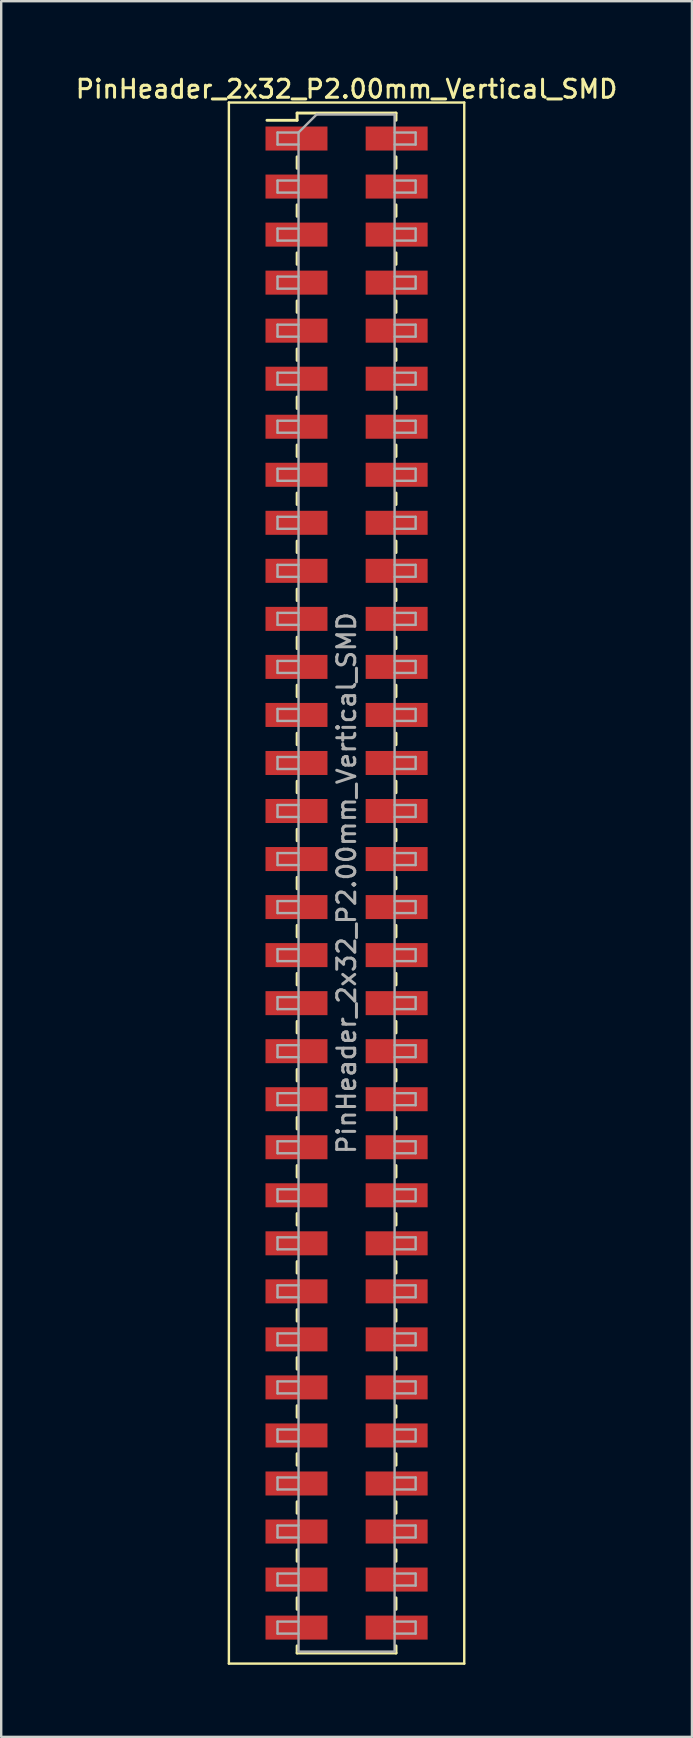
<source format=kicad_pcb>
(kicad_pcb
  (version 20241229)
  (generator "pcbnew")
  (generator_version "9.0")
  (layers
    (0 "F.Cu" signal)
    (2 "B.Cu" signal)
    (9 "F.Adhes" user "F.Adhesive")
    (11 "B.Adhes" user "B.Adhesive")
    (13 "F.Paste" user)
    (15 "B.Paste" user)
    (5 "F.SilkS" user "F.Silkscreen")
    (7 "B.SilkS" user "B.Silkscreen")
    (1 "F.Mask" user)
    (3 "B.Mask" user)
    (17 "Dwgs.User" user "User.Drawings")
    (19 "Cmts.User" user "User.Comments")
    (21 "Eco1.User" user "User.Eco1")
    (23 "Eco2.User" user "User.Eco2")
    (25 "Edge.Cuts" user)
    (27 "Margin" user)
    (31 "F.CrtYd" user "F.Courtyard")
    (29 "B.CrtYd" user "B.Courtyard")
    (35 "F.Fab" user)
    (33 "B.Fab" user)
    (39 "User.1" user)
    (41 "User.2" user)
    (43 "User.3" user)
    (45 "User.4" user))
  (footprint "PinHeader_2x32_P2.00mm_Vertical_SMD"
    (layer "F.Cu")
    (at 11.38 33.718)
    (property "Reference" "PinHeader_2x32_P2.00mm_Vertical_SMD" (at 0 -33.06 0) (layer "F.SilkS") (effects (font (size 0.75 0.75) (thickness 0.125))))
    (attr smd)
    (fp_line (start -4.9 -32.5) (end -4.9 32.5) (stroke (width 0.1) (type solid)) (layer "F.SilkS"))
    (fp_line (start -4.9 32.5) (end 4.9 32.5) (stroke (width 0.1) (type solid)) (layer "F.SilkS"))
    (fp_line (start -3.315 -31.76) (end -2.06 -31.76) (stroke (width 0.12) (type solid)) (layer "F.SilkS"))
    (fp_line (start -2.06 -32.06) (end -2.06 -31.76) (stroke (width 0.12) (type solid)) (layer "F.SilkS"))
    (fp_line (start -2.06 -32.06) (end 2.06 -32.06) (stroke (width 0.12) (type solid)) (layer "F.SilkS"))
    (fp_line (start -2.06 -30.24) (end -2.06 -29.76) (stroke (width 0.12) (type solid)) (layer "F.SilkS"))
    (fp_line (start -2.06 -28.24) (end -2.06 -27.76) (stroke (width 0.12) (type solid)) (layer "F.SilkS"))
    (fp_line (start -2.06 -26.24) (end -2.06 -25.76) (stroke (width 0.12) (type solid)) (layer "F.SilkS"))
    (fp_line (start -2.06 -24.24) (end -2.06 -23.76) (stroke (width 0.12) (type solid)) (layer "F.SilkS"))
    (fp_line (start -2.06 -22.24) (end -2.06 -21.76) (stroke (width 0.12) (type solid)) (layer "F.SilkS"))
    (fp_line (start -2.06 -20.24) (end -2.06 -19.76) (stroke (width 0.12) (type solid)) (layer "F.SilkS"))
    (fp_line (start -2.06 -18.24) (end -2.06 -17.76) (stroke (width 0.12) (type solid)) (layer "F.SilkS"))
    (fp_line (start -2.06 -16.24) (end -2.06 -15.76) (stroke (width 0.12) (type solid)) (layer "F.SilkS"))
    (fp_line (start -2.06 -14.24) (end -2.06 -13.76) (stroke (width 0.12) (type solid)) (layer "F.SilkS"))
    (fp_line (start -2.06 -12.24) (end -2.06 -11.76) (stroke (width 0.12) (type solid)) (layer "F.SilkS"))
    (fp_line (start -2.06 -10.24) (end -2.06 -9.76) (stroke (width 0.12) (type solid)) (layer "F.SilkS"))
    (fp_line (start -2.06 -8.24) (end -2.06 -7.76) (stroke (width 0.12) (type solid)) (layer "F.SilkS"))
    (fp_line (start -2.06 -6.24) (end -2.06 -5.76) (stroke (width 0.12) (type solid)) (layer "F.SilkS"))
    (fp_line (start -2.06 -4.24) (end -2.06 -3.76) (stroke (width 0.12) (type solid)) (layer "F.SilkS"))
    (fp_line (start -2.06 -2.24) (end -2.06 -1.76) (stroke (width 0.12) (type solid)) (layer "F.SilkS"))
    (fp_line (start -2.06 -0.24) (end -2.06 0.24) (stroke (width 0.12) (type solid)) (layer "F.SilkS"))
    (fp_line (start -2.06 1.76) (end -2.06 2.24) (stroke (width 0.12) (type solid)) (layer "F.SilkS"))
    (fp_line (start -2.06 3.76) (end -2.06 4.24) (stroke (width 0.12) (type solid)) (layer "F.SilkS"))
    (fp_line (start -2.06 5.76) (end -2.06 6.24) (stroke (width 0.12) (type solid)) (layer "F.SilkS"))
    (fp_line (start -2.06 7.76) (end -2.06 8.24) (stroke (width 0.12) (type solid)) (layer "F.SilkS"))
    (fp_line (start -2.06 9.76) (end -2.06 10.24) (stroke (width 0.12) (type solid)) (layer "F.SilkS"))
    (fp_line (start -2.06 11.76) (end -2.06 12.24) (stroke (width 0.12) (type solid)) (layer "F.SilkS"))
    (fp_line (start -2.06 13.76) (end -2.06 14.24) (stroke (width 0.12) (type solid)) (layer "F.SilkS"))
    (fp_line (start -2.06 15.76) (end -2.06 16.24) (stroke (width 0.12) (type solid)) (layer "F.SilkS"))
    (fp_line (start -2.06 17.76) (end -2.06 18.24) (stroke (width 0.12) (type solid)) (layer "F.SilkS"))
    (fp_line (start -2.06 19.76) (end -2.06 20.24) (stroke (width 0.12) (type solid)) (layer "F.SilkS"))
    (fp_line (start -2.06 21.76) (end -2.06 22.24) (stroke (width 0.12) (type solid)) (layer "F.SilkS"))
    (fp_line (start -2.06 23.76) (end -2.06 24.24) (stroke (width 0.12) (type solid)) (layer "F.SilkS"))
    (fp_line (start -2.06 25.76) (end -2.06 26.24) (stroke (width 0.12) (type solid)) (layer "F.SilkS"))
    (fp_line (start -2.06 27.76) (end -2.06 28.24) (stroke (width 0.12) (type solid)) (layer "F.SilkS"))
    (fp_line (start -2.06 29.76) (end -2.06 30.24) (stroke (width 0.12) (type solid)) (layer "F.SilkS"))
    (fp_line (start -2.06 31.76) (end -2.06 32.06) (stroke (width 0.12) (type solid)) (layer "F.SilkS"))
    (fp_line (start -2.06 32.06) (end 2.06 32.06) (stroke (width 0.12) (type solid)) (layer "F.SilkS"))
    (fp_line (start 2.06 -32.06) (end 2.06 -31.76) (stroke (width 0.12) (type solid)) (layer "F.SilkS"))
    (fp_line (start 2.06 -30.24) (end 2.06 -29.76) (stroke (width 0.12) (type solid)) (layer "F.SilkS"))
    (fp_line (start 2.06 -28.24) (end 2.06 -27.76) (stroke (width 0.12) (type solid)) (layer "F.SilkS"))
    (fp_line (start 2.06 -26.24) (end 2.06 -25.76) (stroke (width 0.12) (type solid)) (layer "F.SilkS"))
    (fp_line (start 2.06 -24.24) (end 2.06 -23.76) (stroke (width 0.12) (type solid)) (layer "F.SilkS"))
    (fp_line (start 2.06 -22.24) (end 2.06 -21.76) (stroke (width 0.12) (type solid)) (layer "F.SilkS"))
    (fp_line (start 2.06 -20.24) (end 2.06 -19.76) (stroke (width 0.12) (type solid)) (layer "F.SilkS"))
    (fp_line (start 2.06 -18.24) (end 2.06 -17.76) (stroke (width 0.12) (type solid)) (layer "F.SilkS"))
    (fp_line (start 2.06 -16.24) (end 2.06 -15.76) (stroke (width 0.12) (type solid)) (layer "F.SilkS"))
    (fp_line (start 2.06 -14.24) (end 2.06 -13.76) (stroke (width 0.12) (type solid)) (layer "F.SilkS"))
    (fp_line (start 2.06 -12.24) (end 2.06 -11.76) (stroke (width 0.12) (type solid)) (layer "F.SilkS"))
    (fp_line (start 2.06 -10.24) (end 2.06 -9.76) (stroke (width 0.12) (type solid)) (layer "F.SilkS"))
    (fp_line (start 2.06 -8.24) (end 2.06 -7.76) (stroke (width 0.12) (type solid)) (layer "F.SilkS"))
    (fp_line (start 2.06 -6.24) (end 2.06 -5.76) (stroke (width 0.12) (type solid)) (layer "F.SilkS"))
    (fp_line (start 2.06 -4.24) (end 2.06 -3.76) (stroke (width 0.12) (type solid)) (layer "F.SilkS"))
    (fp_line (start 2.06 -2.24) (end 2.06 -1.76) (stroke (width 0.12) (type solid)) (layer "F.SilkS"))
    (fp_line (start 2.06 -0.24) (end 2.06 0.24) (stroke (width 0.12) (type solid)) (layer "F.SilkS"))
    (fp_line (start 2.06 1.76) (end 2.06 2.24) (stroke (width 0.12) (type solid)) (layer "F.SilkS"))
    (fp_line (start 2.06 3.76) (end 2.06 4.24) (stroke (width 0.12) (type solid)) (layer "F.SilkS"))
    (fp_line (start 2.06 5.76) (end 2.06 6.24) (stroke (width 0.12) (type solid)) (layer "F.SilkS"))
    (fp_line (start 2.06 7.76) (end 2.06 8.24) (stroke (width 0.12) (type solid)) (layer "F.SilkS"))
    (fp_line (start 2.06 9.76) (end 2.06 10.24) (stroke (width 0.12) (type solid)) (layer "F.SilkS"))
    (fp_line (start 2.06 11.76) (end 2.06 12.24) (stroke (width 0.12) (type solid)) (layer "F.SilkS"))
    (fp_line (start 2.06 13.76) (end 2.06 14.24) (stroke (width 0.12) (type solid)) (layer "F.SilkS"))
    (fp_line (start 2.06 15.76) (end 2.06 16.24) (stroke (width 0.12) (type solid)) (layer "F.SilkS"))
    (fp_line (start 2.06 17.76) (end 2.06 18.24) (stroke (width 0.12) (type solid)) (layer "F.SilkS"))
    (fp_line (start 2.06 19.76) (end 2.06 20.24) (stroke (width 0.12) (type solid)) (layer "F.SilkS"))
    (fp_line (start 2.06 21.76) (end 2.06 22.24) (stroke (width 0.12) (type solid)) (layer "F.SilkS"))
    (fp_line (start 2.06 23.76) (end 2.06 24.24) (stroke (width 0.12) (type solid)) (layer "F.SilkS"))
    (fp_line (start 2.06 25.76) (end 2.06 26.24) (stroke (width 0.12) (type solid)) (layer "F.SilkS"))
    (fp_line (start 2.06 27.76) (end 2.06 28.24) (stroke (width 0.12) (type solid)) (layer "F.SilkS"))
    (fp_line (start 2.06 29.76) (end 2.06 30.24) (stroke (width 0.12) (type solid)) (layer "F.SilkS"))
    (fp_line (start 2.06 31.76) (end 2.06 32.06) (stroke (width 0.12) (type solid)) (layer "F.SilkS"))
    (fp_line (start 4.9 -32.5) (end -4.9 -32.5) (stroke (width 0.1) (type solid)) (layer "F.SilkS"))
    (fp_line (start 4.9 32.5) (end 4.9 -32.5) (stroke (width 0.1) (type solid)) (layer "F.SilkS"))
    (fp_line (start -2.875 -31.25) (end -2.875 -30.75) (stroke (width 0.1) (type solid)) (layer "F.Fab"))
    (fp_line (start -2.875 -30.75) (end -2 -30.75) (stroke (width 0.1) (type solid)) (layer "F.Fab"))
    (fp_line (start -2.875 -29.25) (end -2.875 -28.75) (stroke (width 0.1) (type solid)) (layer "F.Fab"))
    (fp_line (start -2.875 -28.75) (end -2 -28.75) (stroke (width 0.1) (type solid)) (layer "F.Fab"))
    (fp_line (start -2.875 -27.25) (end -2.875 -26.75) (stroke (width 0.1) (type solid)) (layer "F.Fab"))
    (fp_line (start -2.875 -26.75) (end -2 -26.75) (stroke (width 0.1) (type solid)) (layer "F.Fab"))
    (fp_line (start -2.875 -25.25) (end -2.875 -24.75) (stroke (width 0.1) (type solid)) (layer "F.Fab"))
    (fp_line (start -2.875 -24.75) (end -2 -24.75) (stroke (width 0.1) (type solid)) (layer "F.Fab"))
    (fp_line (start -2.875 -23.25) (end -2.875 -22.75) (stroke (width 0.1) (type solid)) (layer "F.Fab"))
    (fp_line (start -2.875 -22.75) (end -2 -22.75) (stroke (width 0.1) (type solid)) (layer "F.Fab"))
    (fp_line (start -2.875 -21.25) (end -2.875 -20.75) (stroke (width 0.1) (type solid)) (layer "F.Fab"))
    (fp_line (start -2.875 -20.75) (end -2 -20.75) (stroke (width 0.1) (type solid)) (layer "F.Fab"))
    (fp_line (start -2.875 -19.25) (end -2.875 -18.75) (stroke (width 0.1) (type solid)) (layer "F.Fab"))
    (fp_line (start -2.875 -18.75) (end -2 -18.75) (stroke (width 0.1) (type solid)) (layer "F.Fab"))
    (fp_line (start -2.875 -17.25) (end -2.875 -16.75) (stroke (width 0.1) (type solid)) (layer "F.Fab"))
    (fp_line (start -2.875 -16.75) (end -2 -16.75) (stroke (width 0.1) (type solid)) (layer "F.Fab"))
    (fp_line (start -2.875 -15.25) (end -2.875 -14.75) (stroke (width 0.1) (type solid)) (layer "F.Fab"))
    (fp_line (start -2.875 -14.75) (end -2 -14.75) (stroke (width 0.1) (type solid)) (layer "F.Fab"))
    (fp_line (start -2.875 -13.25) (end -2.875 -12.75) (stroke (width 0.1) (type solid)) (layer "F.Fab"))
    (fp_line (start -2.875 -12.75) (end -2 -12.75) (stroke (width 0.1) (type solid)) (layer "F.Fab"))
    (fp_line (start -2.875 -11.25) (end -2.875 -10.75) (stroke (width 0.1) (type solid)) (layer "F.Fab"))
    (fp_line (start -2.875 -10.75) (end -2 -10.75) (stroke (width 0.1) (type solid)) (layer "F.Fab"))
    (fp_line (start -2.875 -9.25) (end -2.875 -8.75) (stroke (width 0.1) (type solid)) (layer "F.Fab"))
    (fp_line (start -2.875 -8.75) (end -2 -8.75) (stroke (width 0.1) (type solid)) (layer "F.Fab"))
    (fp_line (start -2.875 -7.25) (end -2.875 -6.75) (stroke (width 0.1) (type solid)) (layer "F.Fab"))
    (fp_line (start -2.875 -6.75) (end -2 -6.75) (stroke (width 0.1) (type solid)) (layer "F.Fab"))
    (fp_line (start -2.875 -5.25) (end -2.875 -4.75) (stroke (width 0.1) (type solid)) (layer "F.Fab"))
    (fp_line (start -2.875 -4.75) (end -2 -4.75) (stroke (width 0.1) (type solid)) (layer "F.Fab"))
    (fp_line (start -2.875 -3.25) (end -2.875 -2.75) (stroke (width 0.1) (type solid)) (layer "F.Fab"))
    (fp_line (start -2.875 -2.75) (end -2 -2.75) (stroke (width 0.1) (type solid)) (layer "F.Fab"))
    (fp_line (start -2.875 -1.25) (end -2.875 -0.75) (stroke (width 0.1) (type solid)) (layer "F.Fab"))
    (fp_line (start -2.875 -0.75) (end -2 -0.75) (stroke (width 0.1) (type solid)) (layer "F.Fab"))
    (fp_line (start -2.875 0.75) (end -2.875 1.25) (stroke (width 0.1) (type solid)) (layer "F.Fab"))
    (fp_line (start -2.875 1.25) (end -2 1.25) (stroke (width 0.1) (type solid)) (layer "F.Fab"))
    (fp_line (start -2.875 2.75) (end -2.875 3.25) (stroke (width 0.1) (type solid)) (layer "F.Fab"))
    (fp_line (start -2.875 3.25) (end -2 3.25) (stroke (width 0.1) (type solid)) (layer "F.Fab"))
    (fp_line (start -2.875 4.75) (end -2.875 5.25) (stroke (width 0.1) (type solid)) (layer "F.Fab"))
    (fp_line (start -2.875 5.25) (end -2 5.25) (stroke (width 0.1) (type solid)) (layer "F.Fab"))
    (fp_line (start -2.875 6.75) (end -2.875 7.25) (stroke (width 0.1) (type solid)) (layer "F.Fab"))
    (fp_line (start -2.875 7.25) (end -2 7.25) (stroke (width 0.1) (type solid)) (layer "F.Fab"))
    (fp_line (start -2.875 8.75) (end -2.875 9.25) (stroke (width 0.1) (type solid)) (layer "F.Fab"))
    (fp_line (start -2.875 9.25) (end -2 9.25) (stroke (width 0.1) (type solid)) (layer "F.Fab"))
    (fp_line (start -2.875 10.75) (end -2.875 11.25) (stroke (width 0.1) (type solid)) (layer "F.Fab"))
    (fp_line (start -2.875 11.25) (end -2 11.25) (stroke (width 0.1) (type solid)) (layer "F.Fab"))
    (fp_line (start -2.875 12.75) (end -2.875 13.25) (stroke (width 0.1) (type solid)) (layer "F.Fab"))
    (fp_line (start -2.875 13.25) (end -2 13.25) (stroke (width 0.1) (type solid)) (layer "F.Fab"))
    (fp_line (start -2.875 14.75) (end -2.875 15.25) (stroke (width 0.1) (type solid)) (layer "F.Fab"))
    (fp_line (start -2.875 15.25) (end -2 15.25) (stroke (width 0.1) (type solid)) (layer "F.Fab"))
    (fp_line (start -2.875 16.75) (end -2.875 17.25) (stroke (width 0.1) (type solid)) (layer "F.Fab"))
    (fp_line (start -2.875 17.25) (end -2 17.25) (stroke (width 0.1) (type solid)) (layer "F.Fab"))
    (fp_line (start -2.875 18.75) (end -2.875 19.25) (stroke (width 0.1) (type solid)) (layer "F.Fab"))
    (fp_line (start -2.875 19.25) (end -2 19.25) (stroke (width 0.1) (type solid)) (layer "F.Fab"))
    (fp_line (start -2.875 20.75) (end -2.875 21.25) (stroke (width 0.1) (type solid)) (layer "F.Fab"))
    (fp_line (start -2.875 21.25) (end -2 21.25) (stroke (width 0.1) (type solid)) (layer "F.Fab"))
    (fp_line (start -2.875 22.75) (end -2.875 23.25) (stroke (width 0.1) (type solid)) (layer "F.Fab"))
    (fp_line (start -2.875 23.25) (end -2 23.25) (stroke (width 0.1) (type solid)) (layer "F.Fab"))
    (fp_line (start -2.875 24.75) (end -2.875 25.25) (stroke (width 0.1) (type solid)) (layer "F.Fab"))
    (fp_line (start -2.875 25.25) (end -2 25.25) (stroke (width 0.1) (type solid)) (layer "F.Fab"))
    (fp_line (start -2.875 26.75) (end -2.875 27.25) (stroke (width 0.1) (type solid)) (layer "F.Fab"))
    (fp_line (start -2.875 27.25) (end -2 27.25) (stroke (width 0.1) (type solid)) (layer "F.Fab"))
    (fp_line (start -2.875 28.75) (end -2.875 29.25) (stroke (width 0.1) (type solid)) (layer "F.Fab"))
    (fp_line (start -2.875 29.25) (end -2 29.25) (stroke (width 0.1) (type solid)) (layer "F.Fab"))
    (fp_line (start -2.875 30.75) (end -2.875 31.25) (stroke (width 0.1) (type solid)) (layer "F.Fab"))
    (fp_line (start -2.875 31.25) (end -2 31.25) (stroke (width 0.1) (type solid)) (layer "F.Fab"))
    (fp_line (start -2 -31.25) (end -2.875 -31.25) (stroke (width 0.1) (type solid)) (layer "F.Fab"))
    (fp_line (start -2 -31.25) (end -1.25 -32) (stroke (width 0.1) (type solid)) (layer "F.Fab"))
    (fp_line (start -2 -29.25) (end -2.875 -29.25) (stroke (width 0.1) (type solid)) (layer "F.Fab"))
    (fp_line (start -2 -27.25) (end -2.875 -27.25) (stroke (width 0.1) (type solid)) (layer "F.Fab"))
    (fp_line (start -2 -25.25) (end -2.875 -25.25) (stroke (width 0.1) (type solid)) (layer "F.Fab"))
    (fp_line (start -2 -23.25) (end -2.875 -23.25) (stroke (width 0.1) (type solid)) (layer "F.Fab"))
    (fp_line (start -2 -21.25) (end -2.875 -21.25) (stroke (width 0.1) (type solid)) (layer "F.Fab"))
    (fp_line (start -2 -19.25) (end -2.875 -19.25) (stroke (width 0.1) (type solid)) (layer "F.Fab"))
    (fp_line (start -2 -17.25) (end -2.875 -17.25) (stroke (width 0.1) (type solid)) (layer "F.Fab"))
    (fp_line (start -2 -15.25) (end -2.875 -15.25) (stroke (width 0.1) (type solid)) (layer "F.Fab"))
    (fp_line (start -2 -13.25) (end -2.875 -13.25) (stroke (width 0.1) (type solid)) (layer "F.Fab"))
    (fp_line (start -2 -11.25) (end -2.875 -11.25) (stroke (width 0.1) (type solid)) (layer "F.Fab"))
    (fp_line (start -2 -9.25) (end -2.875 -9.25) (stroke (width 0.1) (type solid)) (layer "F.Fab"))
    (fp_line (start -2 -7.25) (end -2.875 -7.25) (stroke (width 0.1) (type solid)) (layer "F.Fab"))
    (fp_line (start -2 -5.25) (end -2.875 -5.25) (stroke (width 0.1) (type solid)) (layer "F.Fab"))
    (fp_line (start -2 -3.25) (end -2.875 -3.25) (stroke (width 0.1) (type solid)) (layer "F.Fab"))
    (fp_line (start -2 -1.25) (end -2.875 -1.25) (stroke (width 0.1) (type solid)) (layer "F.Fab"))
    (fp_line (start -2 0.75) (end -2.875 0.75) (stroke (width 0.1) (type solid)) (layer "F.Fab"))
    (fp_line (start -2 2.75) (end -2.875 2.75) (stroke (width 0.1) (type solid)) (layer "F.Fab"))
    (fp_line (start -2 4.75) (end -2.875 4.75) (stroke (width 0.1) (type solid)) (layer "F.Fab"))
    (fp_line (start -2 6.75) (end -2.875 6.75) (stroke (width 0.1) (type solid)) (layer "F.Fab"))
    (fp_line (start -2 8.75) (end -2.875 8.75) (stroke (width 0.1) (type solid)) (layer "F.Fab"))
    (fp_line (start -2 10.75) (end -2.875 10.75) (stroke (width 0.1) (type solid)) (layer "F.Fab"))
    (fp_line (start -2 12.75) (end -2.875 12.75) (stroke (width 0.1) (type solid)) (layer "F.Fab"))
    (fp_line (start -2 14.75) (end -2.875 14.75) (stroke (width 0.1) (type solid)) (layer "F.Fab"))
    (fp_line (start -2 16.75) (end -2.875 16.75) (stroke (width 0.1) (type solid)) (layer "F.Fab"))
    (fp_line (start -2 18.75) (end -2.875 18.75) (stroke (width 0.1) (type solid)) (layer "F.Fab"))
    (fp_line (start -2 20.75) (end -2.875 20.75) (stroke (width 0.1) (type solid)) (layer "F.Fab"))
    (fp_line (start -2 22.75) (end -2.875 22.75) (stroke (width 0.1) (type solid)) (layer "F.Fab"))
    (fp_line (start -2 24.75) (end -2.875 24.75) (stroke (width 0.1) (type solid)) (layer "F.Fab"))
    (fp_line (start -2 26.75) (end -2.875 26.75) (stroke (width 0.1) (type solid)) (layer "F.Fab"))
    (fp_line (start -2 28.75) (end -2.875 28.75) (stroke (width 0.1) (type solid)) (layer "F.Fab"))
    (fp_line (start -2 30.75) (end -2.875 30.75) (stroke (width 0.1) (type solid)) (layer "F.Fab"))
    (fp_line (start -2 32) (end -2 -31.25) (stroke (width 0.1) (type solid)) (layer "F.Fab"))
    (fp_line (start -1.25 -32) (end 2 -32) (stroke (width 0.1) (type solid)) (layer "F.Fab"))
    (fp_line (start 2 -32) (end 2 32) (stroke (width 0.1) (type solid)) (layer "F.Fab"))
    (fp_line (start 2 -31.25) (end 2.875 -31.25) (stroke (width 0.1) (type solid)) (layer "F.Fab"))
    (fp_line (start 2 -29.25) (end 2.875 -29.25) (stroke (width 0.1) (type solid)) (layer "F.Fab"))
    (fp_line (start 2 -27.25) (end 2.875 -27.25) (stroke (width 0.1) (type solid)) (layer "F.Fab"))
    (fp_line (start 2 -25.25) (end 2.875 -25.25) (stroke (width 0.1) (type solid)) (layer "F.Fab"))
    (fp_line (start 2 -23.25) (end 2.875 -23.25) (stroke (width 0.1) (type solid)) (layer "F.Fab"))
    (fp_line (start 2 -21.25) (end 2.875 -21.25) (stroke (width 0.1) (type solid)) (layer "F.Fab"))
    (fp_line (start 2 -19.25) (end 2.875 -19.25) (stroke (width 0.1) (type solid)) (layer "F.Fab"))
    (fp_line (start 2 -17.25) (end 2.875 -17.25) (stroke (width 0.1) (type solid)) (layer "F.Fab"))
    (fp_line (start 2 -15.25) (end 2.875 -15.25) (stroke (width 0.1) (type solid)) (layer "F.Fab"))
    (fp_line (start 2 -13.25) (end 2.875 -13.25) (stroke (width 0.1) (type solid)) (layer "F.Fab"))
    (fp_line (start 2 -11.25) (end 2.875 -11.25) (stroke (width 0.1) (type solid)) (layer "F.Fab"))
    (fp_line (start 2 -9.25) (end 2.875 -9.25) (stroke (width 0.1) (type solid)) (layer "F.Fab"))
    (fp_line (start 2 -7.25) (end 2.875 -7.25) (stroke (width 0.1) (type solid)) (layer "F.Fab"))
    (fp_line (start 2 -5.25) (end 2.875 -5.25) (stroke (width 0.1) (type solid)) (layer "F.Fab"))
    (fp_line (start 2 -3.25) (end 2.875 -3.25) (stroke (width 0.1) (type solid)) (layer "F.Fab"))
    (fp_line (start 2 -1.25) (end 2.875 -1.25) (stroke (width 0.1) (type solid)) (layer "F.Fab"))
    (fp_line (start 2 0.75) (end 2.875 0.75) (stroke (width 0.1) (type solid)) (layer "F.Fab"))
    (fp_line (start 2 2.75) (end 2.875 2.75) (stroke (width 0.1) (type solid)) (layer "F.Fab"))
    (fp_line (start 2 4.75) (end 2.875 4.75) (stroke (width 0.1) (type solid)) (layer "F.Fab"))
    (fp_line (start 2 6.75) (end 2.875 6.75) (stroke (width 0.1) (type solid)) (layer "F.Fab"))
    (fp_line (start 2 8.75) (end 2.875 8.75) (stroke (width 0.1) (type solid)) (layer "F.Fab"))
    (fp_line (start 2 10.75) (end 2.875 10.75) (stroke (width 0.1) (type solid)) (layer "F.Fab"))
    (fp_line (start 2 12.75) (end 2.875 12.75) (stroke (width 0.1) (type solid)) (layer "F.Fab"))
    (fp_line (start 2 14.75) (end 2.875 14.75) (stroke (width 0.1) (type solid)) (layer "F.Fab"))
    (fp_line (start 2 16.75) (end 2.875 16.75) (stroke (width 0.1) (type solid)) (layer "F.Fab"))
    (fp_line (start 2 18.75) (end 2.875 18.75) (stroke (width 0.1) (type solid)) (layer "F.Fab"))
    (fp_line (start 2 20.75) (end 2.875 20.75) (stroke (width 0.1) (type solid)) (layer "F.Fab"))
    (fp_line (start 2 22.75) (end 2.875 22.75) (stroke (width 0.1) (type solid)) (layer "F.Fab"))
    (fp_line (start 2 24.75) (end 2.875 24.75) (stroke (width 0.1) (type solid)) (layer "F.Fab"))
    (fp_line (start 2 26.75) (end 2.875 26.75) (stroke (width 0.1) (type solid)) (layer "F.Fab"))
    (fp_line (start 2 28.75) (end 2.875 28.75) (stroke (width 0.1) (type solid)) (layer "F.Fab"))
    (fp_line (start 2 30.75) (end 2.875 30.75) (stroke (width 0.1) (type solid)) (layer "F.Fab"))
    (fp_line (start 2 32) (end -2 32) (stroke (width 0.1) (type solid)) (layer "F.Fab"))
    (fp_line (start 2.875 -31.25) (end 2.875 -30.75) (stroke (width 0.1) (type solid)) (layer "F.Fab"))
    (fp_line (start 2.875 -30.75) (end 2 -30.75) (stroke (width 0.1) (type solid)) (layer "F.Fab"))
    (fp_line (start 2.875 -29.25) (end 2.875 -28.75) (stroke (width 0.1) (type solid)) (layer "F.Fab"))
    (fp_line (start 2.875 -28.75) (end 2 -28.75) (stroke (width 0.1) (type solid)) (layer "F.Fab"))
    (fp_line (start 2.875 -27.25) (end 2.875 -26.75) (stroke (width 0.1) (type solid)) (layer "F.Fab"))
    (fp_line (start 2.875 -26.75) (end 2 -26.75) (stroke (width 0.1) (type solid)) (layer "F.Fab"))
    (fp_line (start 2.875 -25.25) (end 2.875 -24.75) (stroke (width 0.1) (type solid)) (layer "F.Fab"))
    (fp_line (start 2.875 -24.75) (end 2 -24.75) (stroke (width 0.1) (type solid)) (layer "F.Fab"))
    (fp_line (start 2.875 -23.25) (end 2.875 -22.75) (stroke (width 0.1) (type solid)) (layer "F.Fab"))
    (fp_line (start 2.875 -22.75) (end 2 -22.75) (stroke (width 0.1) (type solid)) (layer "F.Fab"))
    (fp_line (start 2.875 -21.25) (end 2.875 -20.75) (stroke (width 0.1) (type solid)) (layer "F.Fab"))
    (fp_line (start 2.875 -20.75) (end 2 -20.75) (stroke (width 0.1) (type solid)) (layer "F.Fab"))
    (fp_line (start 2.875 -19.25) (end 2.875 -18.75) (stroke (width 0.1) (type solid)) (layer "F.Fab"))
    (fp_line (start 2.875 -18.75) (end 2 -18.75) (stroke (width 0.1) (type solid)) (layer "F.Fab"))
    (fp_line (start 2.875 -17.25) (end 2.875 -16.75) (stroke (width 0.1) (type solid)) (layer "F.Fab"))
    (fp_line (start 2.875 -16.75) (end 2 -16.75) (stroke (width 0.1) (type solid)) (layer "F.Fab"))
    (fp_line (start 2.875 -15.25) (end 2.875 -14.75) (stroke (width 0.1) (type solid)) (layer "F.Fab"))
    (fp_line (start 2.875 -14.75) (end 2 -14.75) (stroke (width 0.1) (type solid)) (layer "F.Fab"))
    (fp_line (start 2.875 -13.25) (end 2.875 -12.75) (stroke (width 0.1) (type solid)) (layer "F.Fab"))
    (fp_line (start 2.875 -12.75) (end 2 -12.75) (stroke (width 0.1) (type solid)) (layer "F.Fab"))
    (fp_line (start 2.875 -11.25) (end 2.875 -10.75) (stroke (width 0.1) (type solid)) (layer "F.Fab"))
    (fp_line (start 2.875 -10.75) (end 2 -10.75) (stroke (width 0.1) (type solid)) (layer "F.Fab"))
    (fp_line (start 2.875 -9.25) (end 2.875 -8.75) (stroke (width 0.1) (type solid)) (layer "F.Fab"))
    (fp_line (start 2.875 -8.75) (end 2 -8.75) (stroke (width 0.1) (type solid)) (layer "F.Fab"))
    (fp_line (start 2.875 -7.25) (end 2.875 -6.75) (stroke (width 0.1) (type solid)) (layer "F.Fab"))
    (fp_line (start 2.875 -6.75) (end 2 -6.75) (stroke (width 0.1) (type solid)) (layer "F.Fab"))
    (fp_line (start 2.875 -5.25) (end 2.875 -4.75) (stroke (width 0.1) (type solid)) (layer "F.Fab"))
    (fp_line (start 2.875 -4.75) (end 2 -4.75) (stroke (width 0.1) (type solid)) (layer "F.Fab"))
    (fp_line (start 2.875 -3.25) (end 2.875 -2.75) (stroke (width 0.1) (type solid)) (layer "F.Fab"))
    (fp_line (start 2.875 -2.75) (end 2 -2.75) (stroke (width 0.1) (type solid)) (layer "F.Fab"))
    (fp_line (start 2.875 -1.25) (end 2.875 -0.75) (stroke (width 0.1) (type solid)) (layer "F.Fab"))
    (fp_line (start 2.875 -0.75) (end 2 -0.75) (stroke (width 0.1) (type solid)) (layer "F.Fab"))
    (fp_line (start 2.875 0.75) (end 2.875 1.25) (stroke (width 0.1) (type solid)) (layer "F.Fab"))
    (fp_line (start 2.875 1.25) (end 2 1.25) (stroke (width 0.1) (type solid)) (layer "F.Fab"))
    (fp_line (start 2.875 2.75) (end 2.875 3.25) (stroke (width 0.1) (type solid)) (layer "F.Fab"))
    (fp_line (start 2.875 3.25) (end 2 3.25) (stroke (width 0.1) (type solid)) (layer "F.Fab"))
    (fp_line (start 2.875 4.75) (end 2.875 5.25) (stroke (width 0.1) (type solid)) (layer "F.Fab"))
    (fp_line (start 2.875 5.25) (end 2 5.25) (stroke (width 0.1) (type solid)) (layer "F.Fab"))
    (fp_line (start 2.875 6.75) (end 2.875 7.25) (stroke (width 0.1) (type solid)) (layer "F.Fab"))
    (fp_line (start 2.875 7.25) (end 2 7.25) (stroke (width 0.1) (type solid)) (layer "F.Fab"))
    (fp_line (start 2.875 8.75) (end 2.875 9.25) (stroke (width 0.1) (type solid)) (layer "F.Fab"))
    (fp_line (start 2.875 9.25) (end 2 9.25) (stroke (width 0.1) (type solid)) (layer "F.Fab"))
    (fp_line (start 2.875 10.75) (end 2.875 11.25) (stroke (width 0.1) (type solid)) (layer "F.Fab"))
    (fp_line (start 2.875 11.25) (end 2 11.25) (stroke (width 0.1) (type solid)) (layer "F.Fab"))
    (fp_line (start 2.875 12.75) (end 2.875 13.25) (stroke (width 0.1) (type solid)) (layer "F.Fab"))
    (fp_line (start 2.875 13.25) (end 2 13.25) (stroke (width 0.1) (type solid)) (layer "F.Fab"))
    (fp_line (start 2.875 14.75) (end 2.875 15.25) (stroke (width 0.1) (type solid)) (layer "F.Fab"))
    (fp_line (start 2.875 15.25) (end 2 15.25) (stroke (width 0.1) (type solid)) (layer "F.Fab"))
    (fp_line (start 2.875 16.75) (end 2.875 17.25) (stroke (width 0.1) (type solid)) (layer "F.Fab"))
    (fp_line (start 2.875 17.25) (end 2 17.25) (stroke (width 0.1) (type solid)) (layer "F.Fab"))
    (fp_line (start 2.875 18.75) (end 2.875 19.25) (stroke (width 0.1) (type solid)) (layer "F.Fab"))
    (fp_line (start 2.875 19.25) (end 2 19.25) (stroke (width 0.1) (type solid)) (layer "F.Fab"))
    (fp_line (start 2.875 20.75) (end 2.875 21.25) (stroke (width 0.1) (type solid)) (layer "F.Fab"))
    (fp_line (start 2.875 21.25) (end 2 21.25) (stroke (width 0.1) (type solid)) (layer "F.Fab"))
    (fp_line (start 2.875 22.75) (end 2.875 23.25) (stroke (width 0.1) (type solid)) (layer "F.Fab"))
    (fp_line (start 2.875 23.25) (end 2 23.25) (stroke (width 0.1) (type solid)) (layer "F.Fab"))
    (fp_line (start 2.875 24.75) (end 2.875 25.25) (stroke (width 0.1) (type solid)) (layer "F.Fab"))
    (fp_line (start 2.875 25.25) (end 2 25.25) (stroke (width 0.1) (type solid)) (layer "F.Fab"))
    (fp_line (start 2.875 26.75) (end 2.875 27.25) (stroke (width 0.1) (type solid)) (layer "F.Fab"))
    (fp_line (start 2.875 27.25) (end 2 27.25) (stroke (width 0.1) (type solid)) (layer "F.Fab"))
    (fp_line (start 2.875 28.75) (end 2.875 29.25) (stroke (width 0.1) (type solid)) (layer "F.Fab"))
    (fp_line (start 2.875 29.25) (end 2 29.25) (stroke (width 0.1) (type solid)) (layer "F.Fab"))
    (fp_line (start 2.875 30.75) (end 2.875 31.25) (stroke (width 0.1) (type solid)) (layer "F.Fab"))
    (fp_line (start 2.875 31.25) (end 2 31.25) (stroke (width 0.1) (type solid)) (layer "F.Fab"))
    (fp_text user "${REFERENCE}" (at 0 0 90) (layer "F.Fab") (effects (font (size 0.75 0.75) (thickness 0.125))))
    (pad "1" smd rect (at -2.085 -31) (size 2.58 1) (layers "F.Cu" "F.Mask" "F.Paste"))
    (pad "2" smd rect (at 2.085 -31) (size 2.58 1) (layers "F.Cu" "F.Mask" "F.Paste"))
    (pad "3" smd rect (at -2.085 -29) (size 2.58 1) (layers "F.Cu" "F.Mask" "F.Paste"))
    (pad "4" smd rect (at 2.085 -29) (size 2.58 1) (layers "F.Cu" "F.Mask" "F.Paste"))
    (pad "5" smd rect (at -2.085 -27) (size 2.58 1) (layers "F.Cu" "F.Mask" "F.Paste"))
    (pad "6" smd rect (at 2.085 -27) (size 2.58 1) (layers "F.Cu" "F.Mask" "F.Paste"))
    (pad "7" smd rect (at -2.085 -25) (size 2.58 1) (layers "F.Cu" "F.Mask" "F.Paste"))
    (pad "8" smd rect (at 2.085 -25) (size 2.58 1) (layers "F.Cu" "F.Mask" "F.Paste"))
    (pad "9" smd rect (at -2.085 -23) (size 2.58 1) (layers "F.Cu" "F.Mask" "F.Paste"))
    (pad "10" smd rect (at 2.085 -23) (size 2.58 1) (layers "F.Cu" "F.Mask" "F.Paste"))
    (pad "11" smd rect (at -2.085 -21) (size 2.58 1) (layers "F.Cu" "F.Mask" "F.Paste"))
    (pad "12" smd rect (at 2.085 -21) (size 2.58 1) (layers "F.Cu" "F.Mask" "F.Paste"))
    (pad "13" smd rect (at -2.085 -19) (size 2.58 1) (layers "F.Cu" "F.Mask" "F.Paste"))
    (pad "14" smd rect (at 2.085 -19) (size 2.58 1) (layers "F.Cu" "F.Mask" "F.Paste"))
    (pad "15" smd rect (at -2.085 -17) (size 2.58 1) (layers "F.Cu" "F.Mask" "F.Paste"))
    (pad "16" smd rect (at 2.085 -17) (size 2.58 1) (layers "F.Cu" "F.Mask" "F.Paste"))
    (pad "17" smd rect (at -2.085 -15) (size 2.58 1) (layers "F.Cu" "F.Mask" "F.Paste"))
    (pad "18" smd rect (at 2.085 -15) (size 2.58 1) (layers "F.Cu" "F.Mask" "F.Paste"))
    (pad "19" smd rect (at -2.085 -13) (size 2.58 1) (layers "F.Cu" "F.Mask" "F.Paste"))
    (pad "20" smd rect (at 2.085 -13) (size 2.58 1) (layers "F.Cu" "F.Mask" "F.Paste"))
    (pad "21" smd rect (at -2.085 -11) (size 2.58 1) (layers "F.Cu" "F.Mask" "F.Paste"))
    (pad "22" smd rect (at 2.085 -11) (size 2.58 1) (layers "F.Cu" "F.Mask" "F.Paste"))
    (pad "23" smd rect (at -2.085 -9) (size 2.58 1) (layers "F.Cu" "F.Mask" "F.Paste"))
    (pad "24" smd rect (at 2.085 -9) (size 2.58 1) (layers "F.Cu" "F.Mask" "F.Paste"))
    (pad "25" smd rect (at -2.085 -7) (size 2.58 1) (layers "F.Cu" "F.Mask" "F.Paste"))
    (pad "26" smd rect (at 2.085 -7) (size 2.58 1) (layers "F.Cu" "F.Mask" "F.Paste"))
    (pad "27" smd rect (at -2.085 -5) (size 2.58 1) (layers "F.Cu" "F.Mask" "F.Paste"))
    (pad "28" smd rect (at 2.085 -5) (size 2.58 1) (layers "F.Cu" "F.Mask" "F.Paste"))
    (pad "29" smd rect (at -2.085 -3) (size 2.58 1) (layers "F.Cu" "F.Mask" "F.Paste"))
    (pad "30" smd rect (at 2.085 -3) (size 2.58 1) (layers "F.Cu" "F.Mask" "F.Paste"))
    (pad "31" smd rect (at -2.085 -1) (size 2.58 1) (layers "F.Cu" "F.Mask" "F.Paste"))
    (pad "32" smd rect (at 2.085 -1) (size 2.58 1) (layers "F.Cu" "F.Mask" "F.Paste"))
    (pad "33" smd rect (at -2.085 1) (size 2.58 1) (layers "F.Cu" "F.Mask" "F.Paste"))
    (pad "34" smd rect (at 2.085 1) (size 2.58 1) (layers "F.Cu" "F.Mask" "F.Paste"))
    (pad "35" smd rect (at -2.085 3) (size 2.58 1) (layers "F.Cu" "F.Mask" "F.Paste"))
    (pad "36" smd rect (at 2.085 3) (size 2.58 1) (layers "F.Cu" "F.Mask" "F.Paste"))
    (pad "37" smd rect (at -2.085 5) (size 2.58 1) (layers "F.Cu" "F.Mask" "F.Paste"))
    (pad "38" smd rect (at 2.085 5) (size 2.58 1) (layers "F.Cu" "F.Mask" "F.Paste"))
    (pad "39" smd rect (at -2.085 7) (size 2.58 1) (layers "F.Cu" "F.Mask" "F.Paste"))
    (pad "40" smd rect (at 2.085 7) (size 2.58 1) (layers "F.Cu" "F.Mask" "F.Paste"))
    (pad "41" smd rect (at -2.085 9) (size 2.58 1) (layers "F.Cu" "F.Mask" "F.Paste"))
    (pad "42" smd rect (at 2.085 9) (size 2.58 1) (layers "F.Cu" "F.Mask" "F.Paste"))
    (pad "43" smd rect (at -2.085 11) (size 2.58 1) (layers "F.Cu" "F.Mask" "F.Paste"))
    (pad "44" smd rect (at 2.085 11) (size 2.58 1) (layers "F.Cu" "F.Mask" "F.Paste"))
    (pad "45" smd rect (at -2.085 13) (size 2.58 1) (layers "F.Cu" "F.Mask" "F.Paste"))
    (pad "46" smd rect (at 2.085 13) (size 2.58 1) (layers "F.Cu" "F.Mask" "F.Paste"))
    (pad "47" smd rect (at -2.085 15) (size 2.58 1) (layers "F.Cu" "F.Mask" "F.Paste"))
    (pad "48" smd rect (at 2.085 15) (size 2.58 1) (layers "F.Cu" "F.Mask" "F.Paste"))
    (pad "49" smd rect (at -2.085 17) (size 2.58 1) (layers "F.Cu" "F.Mask" "F.Paste"))
    (pad "50" smd rect (at 2.085 17) (size 2.58 1) (layers "F.Cu" "F.Mask" "F.Paste"))
    (pad "51" smd rect (at -2.085 19) (size 2.58 1) (layers "F.Cu" "F.Mask" "F.Paste"))
    (pad "52" smd rect (at 2.085 19) (size 2.58 1) (layers "F.Cu" "F.Mask" "F.Paste"))
    (pad "53" smd rect (at -2.085 21) (size 2.58 1) (layers "F.Cu" "F.Mask" "F.Paste"))
    (pad "54" smd rect (at 2.085 21) (size 2.58 1) (layers "F.Cu" "F.Mask" "F.Paste"))
    (pad "55" smd rect (at -2.085 23) (size 2.58 1) (layers "F.Cu" "F.Mask" "F.Paste"))
    (pad "56" smd rect (at 2.085 23) (size 2.58 1) (layers "F.Cu" "F.Mask" "F.Paste"))
    (pad "57" smd rect (at -2.085 25) (size 2.58 1) (layers "F.Cu" "F.Mask" "F.Paste"))
    (pad "58" smd rect (at 2.085 25) (size 2.58 1) (layers "F.Cu" "F.Mask" "F.Paste"))
    (pad "59" smd rect (at -2.085 27) (size 2.58 1) (layers "F.Cu" "F.Mask" "F.Paste"))
    (pad "60" smd rect (at 2.085 27) (size 2.58 1) (layers "F.Cu" "F.Mask" "F.Paste"))
    (pad "61" smd rect (at -2.085 29) (size 2.58 1) (layers "F.Cu" "F.Mask" "F.Paste"))
    (pad "62" smd rect (at 2.085 29) (size 2.58 1) (layers "F.Cu" "F.Mask" "F.Paste"))
    (pad "63" smd rect (at -2.085 31) (size 2.58 1) (layers "F.Cu" "F.Mask" "F.Paste"))
    (pad "64" smd rect (at 2.085 31) (size 2.58 1) (layers "F.Cu" "F.Mask" "F.Paste")))
  (gr_rect
    (start -3 -3)
    (end 25.761 69.268)
    (stroke (width 0.1) (type default))
    (fill no)
    (layer "Edge.Cuts")))
</source>
